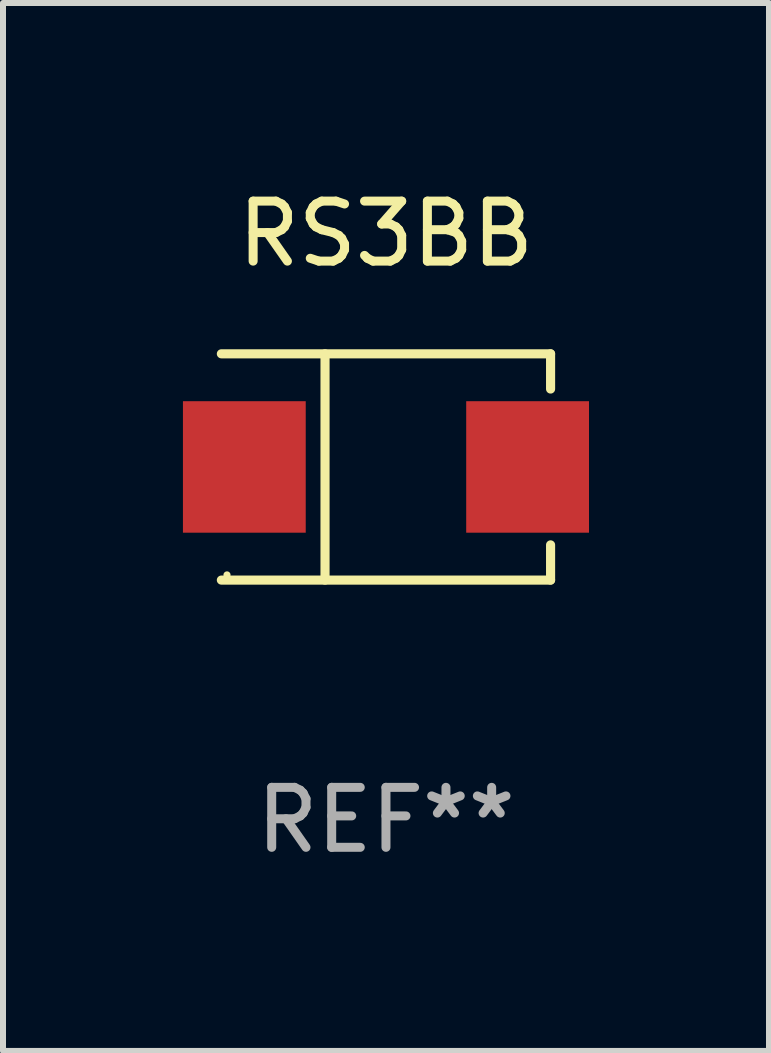
<source format=kicad_pcb>
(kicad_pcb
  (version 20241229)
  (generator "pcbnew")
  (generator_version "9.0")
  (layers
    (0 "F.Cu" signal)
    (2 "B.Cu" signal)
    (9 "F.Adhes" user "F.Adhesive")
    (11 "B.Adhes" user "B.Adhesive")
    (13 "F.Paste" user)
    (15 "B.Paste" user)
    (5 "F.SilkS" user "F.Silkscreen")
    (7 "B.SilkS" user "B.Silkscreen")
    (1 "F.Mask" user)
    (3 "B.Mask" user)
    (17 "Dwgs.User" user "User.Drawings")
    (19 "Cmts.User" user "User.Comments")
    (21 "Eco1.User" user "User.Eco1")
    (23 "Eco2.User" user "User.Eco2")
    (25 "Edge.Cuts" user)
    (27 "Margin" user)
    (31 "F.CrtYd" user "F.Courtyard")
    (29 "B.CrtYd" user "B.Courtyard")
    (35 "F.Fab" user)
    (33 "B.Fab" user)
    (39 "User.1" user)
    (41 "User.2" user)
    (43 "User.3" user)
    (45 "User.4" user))
  (footprint "RS3BB"
    (layer "F.Cu")
    (at 3.384 4.734)
    (property "Reference" "RS3BB" (at 0 -3.886 0) (layer "F.SilkS") (effects (font (size 1 1) (thickness 0.15))))
    (attr through_hole)
    (fp_line (start -2.744 -1.886) (end 2.744 -1.886) (stroke (width 0.152) (type solid)) (layer "F.SilkS"))
    (fp_line (start -2.744 1.886) (end 2.744 1.886) (stroke (width 0.152) (type solid)) (layer "F.SilkS"))
    (fp_line (start -1.016 -1.886) (end -1.016 1.886) (stroke (width 0.152) (type solid)) (layer "F.SilkS"))
    (fp_line (start 2.744 -1.886) (end 2.744 -1.299) (stroke (width 0.152) (type solid)) (layer "F.SilkS"))
    (fp_line (start 2.744 1.886) (end 2.744 1.299) (stroke (width 0.152) (type solid)) (layer "F.SilkS"))
    (fp_circle (center -2.65 1.8) (end -2.62 1.8) (stroke (width 0.06) (type solid)) (fill no) (layer "F.SilkS"))
    (fp_text user "REF**" (at 0 5.886 0) (layer "F.Fab") (effects (font (size 1 1) (thickness 0.15))))
    (pad "1" smd rect (at -2.361 0) (size 2.047 2.192) (layers "F.Cu" "F.Mask" "F.Paste"))
    (pad "2" smd rect (at 2.361 0) (size 2.047 2.192) (layers "F.Cu" "F.Mask" "F.Paste")))
  (gr_rect
    (start -3 -3)
    (end 9.769 14.469)
    (stroke (width 0.1) (type default))
    (fill no)
    (layer "Edge.Cuts")))
</source>
